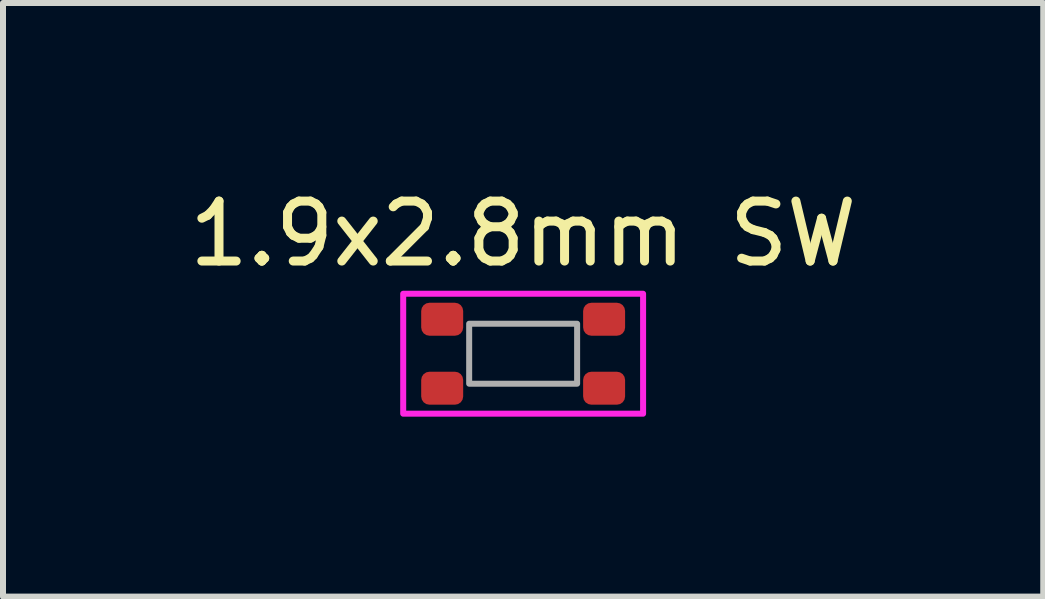
<source format=kicad_pcb>
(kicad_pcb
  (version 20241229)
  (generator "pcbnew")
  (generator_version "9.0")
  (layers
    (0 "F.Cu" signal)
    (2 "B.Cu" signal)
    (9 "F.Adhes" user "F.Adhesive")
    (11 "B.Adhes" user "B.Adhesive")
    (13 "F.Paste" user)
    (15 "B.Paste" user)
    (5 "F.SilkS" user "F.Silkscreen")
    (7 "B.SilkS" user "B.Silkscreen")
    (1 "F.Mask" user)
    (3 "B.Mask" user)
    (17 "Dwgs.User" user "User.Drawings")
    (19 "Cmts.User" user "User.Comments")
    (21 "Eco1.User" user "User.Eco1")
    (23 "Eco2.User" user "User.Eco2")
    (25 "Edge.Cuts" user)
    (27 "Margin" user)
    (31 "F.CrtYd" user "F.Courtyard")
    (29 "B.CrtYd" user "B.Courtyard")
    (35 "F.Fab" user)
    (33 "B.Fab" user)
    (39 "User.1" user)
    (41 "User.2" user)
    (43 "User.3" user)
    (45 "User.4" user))
  (footprint "1.9x2.8mm SW"
    (layer "F.Cu")
    (at 5.673 2.848)
    (property "Reference" "1.9x2.8mm SW" (at 0 -2 0) (unlocked yes) (layer "F.SilkS") (effects (font (size 1 1) (thickness 0.15))))
    (attr smd)
    (fp_rect (start -2 -1) (end 2 1) (stroke (width 0.1) (type solid)) (fill no) (layer "F.CrtYd"))
    (fp_rect (start -0.9 0.5) (end 0.9 -0.5) (stroke (width 0.1) (type solid)) (fill no) (layer "F.Fab"))
    (pad "1" smd roundrect (at -1.35 -0.575) (size 0.7 0.55) (layers "F.Cu" "F.Mask" "F.Paste") (roundrect_rratio 0.25))
    (pad "1" smd roundrect (at 1.35 -0.575) (size 0.7 0.55) (layers "F.Cu" "F.Mask" "F.Paste") (roundrect_rratio 0.25))
    (pad "2" smd roundrect (at -1.35 0.575) (size 0.7 0.55) (layers "F.Cu" "F.Mask" "F.Paste") (roundrect_rratio 0.25))
    (pad "2" smd roundrect (at 1.35 0.575) (size 0.7 0.55) (layers "F.Cu" "F.Mask" "F.Paste") (roundrect_rratio 0.25)))
  (gr_rect
    (start -3 -3)
    (end 14.345 6.898)
    (stroke (width 0.1) (type default))
    (fill no)
    (layer "Edge.Cuts")))
</source>
